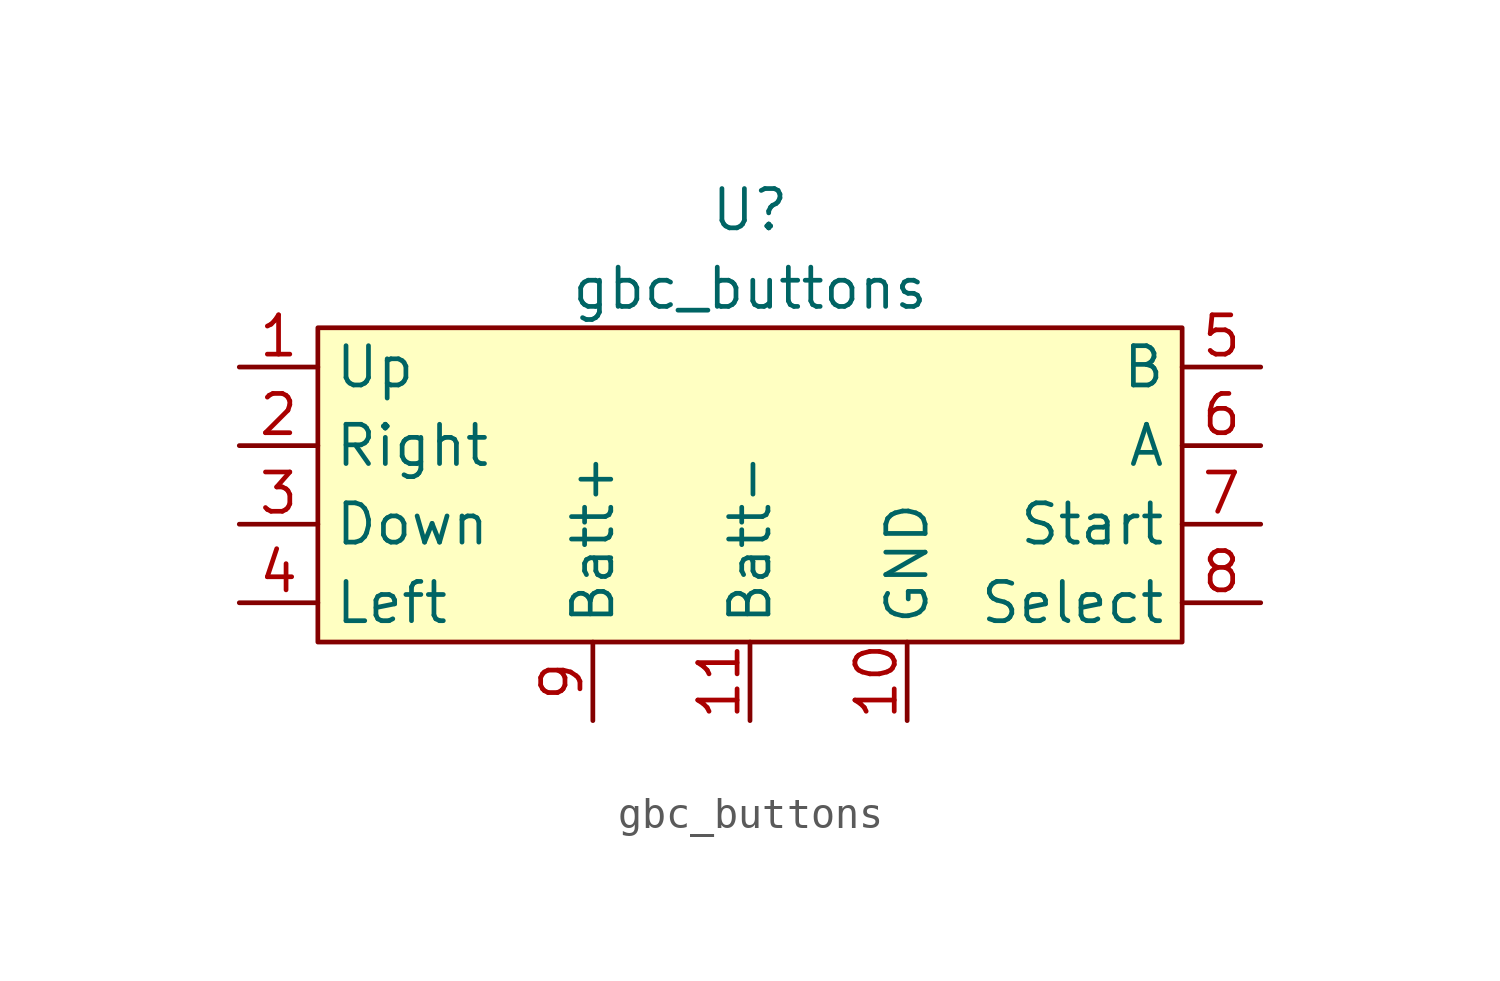
<source format=kicad_sym>
(kicad_symbol_lib
  (version 20241209)
  (generator "kicad_symbol_editor")
  (generator_version "9.0")
  (symbol "gbc_buttons"
    (property "Reference" "U"
      (at 2.54 2.54 0)
      (effects (font (size 1.27 1.27))))
    (property "Value" "gbc_buttons"
      (at 2.54 0 0)
      (effects (font (size 1.27 1.27))))
    (symbol "gbc_buttons_0_1"
      (rectangle (start -11.43 -1.27) (end 16.51 -11.43) (stroke (width 0.152) (type default)) (fill (type background))))
    (symbol "gbc_buttons_1_1"
      (pin passive line (at -13.97 -2.54 0) (length 2.54) (name "Up" (effects (font (size 1.27 1.27)))) (number "1" (effects (font (size 1.27 1.27)))))
      (pin passive line (at -13.97 -5.08 0) (length 2.54) (name "Right" (effects (font (size 1.27 1.27)))) (number "2" (effects (font (size 1.27 1.27)))))
      (pin passive line (at -13.97 -7.62 0) (length 2.54) (name "Down" (effects (font (size 1.27 1.27)))) (number "3" (effects (font (size 1.27 1.27)))))
      (pin passive line (at -13.97 -10.16 0) (length 2.54) (name "Left" (effects (font (size 1.27 1.27)))) (number "4" (effects (font (size 1.27 1.27)))))
      (pin passive line (at -2.54 -13.97 90) (length 2.54) (name "Batt+" (effects (font (size 1.27 1.27)))) (number "9" (effects (font (size 1.27 1.27)))))
      (pin passive line (at 2.54 -13.97 90) (length 2.54) (name "Batt-" (effects (font (size 1.27 1.27)))) (number "11" (effects (font (size 1.27 1.27)))))
      (pin passive line (at 7.62 -13.97 90) (length 2.54) (name "GND" (effects (font (size 1.27 1.27)))) (number "10" (effects (font (size 1.27 1.27)))))
      (pin passive line (at 19.05 -2.54 180) (length 2.54) (name "B" (effects (font (size 1.27 1.27)))) (number "5" (effects (font (size 1.27 1.27)))))
      (pin passive line (at 19.05 -5.08 180) (length 2.54) (name "A" (effects (font (size 1.27 1.27)))) (number "6" (effects (font (size 1.27 1.27)))))
      (pin passive line (at 19.05 -7.62 180) (length 2.54) (name "Start" (effects (font (size 1.27 1.27)))) (number "7" (effects (font (size 1.27 1.27)))))
      (pin passive line (at 19.05 -10.16 180) (length 2.54) (name "Select" (effects (font (size 1.27 1.27)))) (number "8" (effects (font (size 1.27 1.27))))))))
</source>
